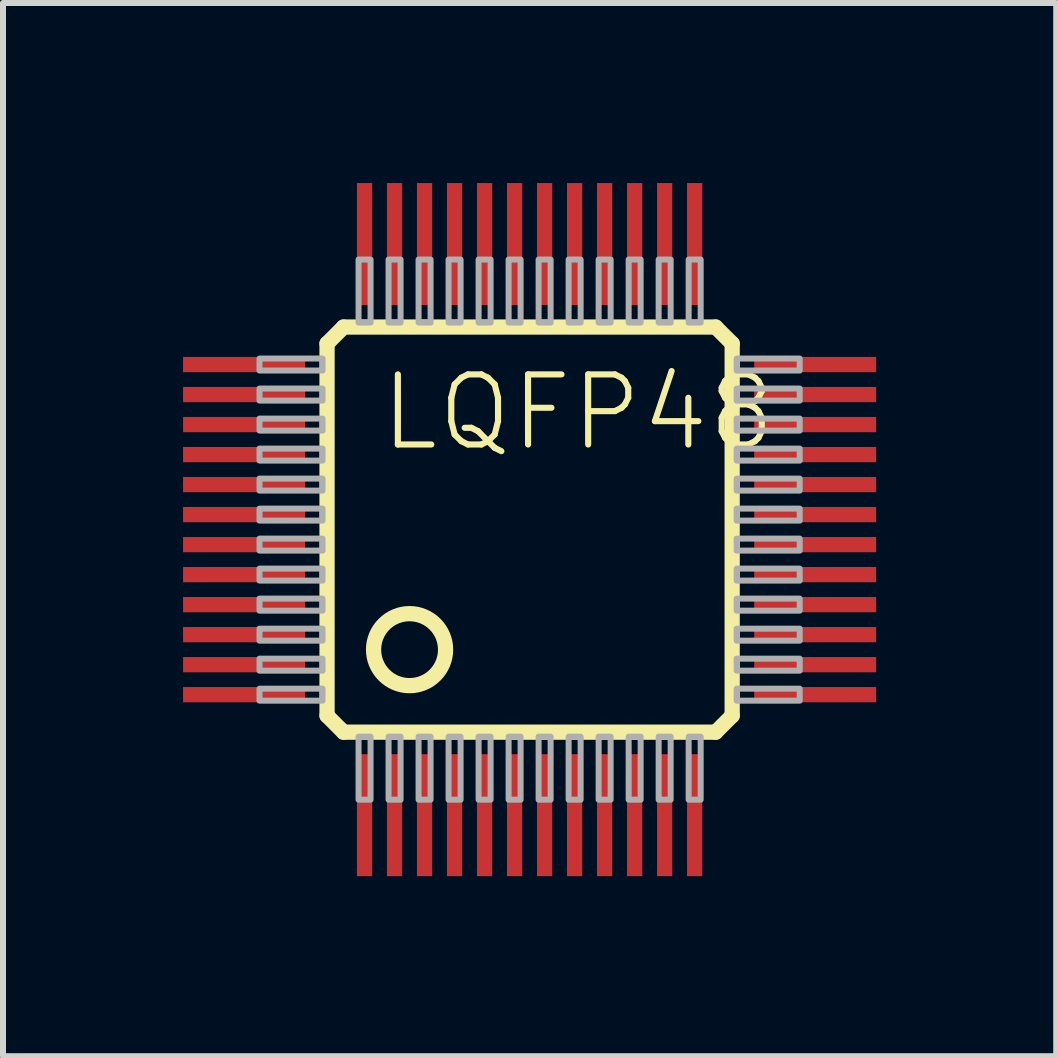
<source format=kicad_pcb>
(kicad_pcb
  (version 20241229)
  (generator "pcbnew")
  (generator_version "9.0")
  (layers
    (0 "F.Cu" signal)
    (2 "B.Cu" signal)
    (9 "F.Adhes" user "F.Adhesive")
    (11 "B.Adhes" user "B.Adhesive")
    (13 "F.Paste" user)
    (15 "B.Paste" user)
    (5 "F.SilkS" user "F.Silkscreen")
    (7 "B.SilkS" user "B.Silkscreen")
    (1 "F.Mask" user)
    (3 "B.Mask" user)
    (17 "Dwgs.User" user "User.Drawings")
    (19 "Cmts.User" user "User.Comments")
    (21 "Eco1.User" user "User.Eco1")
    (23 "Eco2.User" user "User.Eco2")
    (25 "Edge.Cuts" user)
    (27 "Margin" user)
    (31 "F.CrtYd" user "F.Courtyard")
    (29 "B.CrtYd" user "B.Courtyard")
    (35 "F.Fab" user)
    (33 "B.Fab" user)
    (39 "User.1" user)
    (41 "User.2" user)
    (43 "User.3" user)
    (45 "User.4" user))
  (footprint "LQFP48"
    (layer "F.Cu")
    (at 5.774 5.774)
    (property "Reference" "LQFP48" (at -2.54 -1.27 0) (layer "F.SilkS") (effects (font (size 1.168 1.168) (thickness 0.102)) (justify left bottom)))
    (fp_line (start -3.375 -3.1) (end -3.1 -3.375) (stroke (width 0.254) (type solid)) (layer "F.SilkS"))
    (fp_line (start -3.375 3.1) (end -3.375 -3.1) (stroke (width 0.254) (type solid)) (layer "F.SilkS"))
    (fp_line (start -3.1 -3.375) (end 3.1 -3.375) (stroke (width 0.254) (type solid)) (layer "F.SilkS"))
    (fp_line (start -3.1 3.375) (end -3.375 3.1) (stroke (width 0.254) (type solid)) (layer "F.SilkS"))
    (fp_line (start 3.1 -3.375) (end 3.375 -3.1) (stroke (width 0.254) (type solid)) (layer "F.SilkS"))
    (fp_line (start 3.1 3.375) (end -3.1 3.375) (stroke (width 0.254) (type solid)) (layer "F.SilkS"))
    (fp_line (start 3.375 -3.1) (end 3.375 3.1) (stroke (width 0.254) (type solid)) (layer "F.SilkS"))
    (fp_line (start 3.375 3.1) (end 3.1 3.375) (stroke (width 0.254) (type solid)) (layer "F.SilkS"))
    (fp_circle (center -2 2) (end -1.4 2) (stroke (width 0.254) (type solid)) (fill no) (layer "F.SilkS"))
    (fp_poly (pts (xy -4.5 -2.65) (xy -3.45 -2.65) (xy -3.45 -2.85) (xy -4.5 -2.85)) (stroke (width 0.1) (type solid)) (fill no) (layer "F.Fab"))
    (fp_poly (pts (xy -4.5 -2.15) (xy -3.45 -2.15) (xy -3.45 -2.35) (xy -4.5 -2.35)) (stroke (width 0.1) (type solid)) (fill no) (layer "F.Fab"))
    (fp_poly (pts (xy -4.5 -1.65) (xy -3.45 -1.65) (xy -3.45 -1.85) (xy -4.5 -1.85)) (stroke (width 0.1) (type solid)) (fill no) (layer "F.Fab"))
    (fp_poly (pts (xy -4.5 -1.15) (xy -3.45 -1.15) (xy -3.45 -1.35) (xy -4.5 -1.35)) (stroke (width 0.1) (type solid)) (fill no) (layer "F.Fab"))
    (fp_poly (pts (xy -4.5 -0.65) (xy -3.45 -0.65) (xy -3.45 -0.85) (xy -4.5 -0.85)) (stroke (width 0.1) (type solid)) (fill no) (layer "F.Fab"))
    (fp_poly (pts (xy -4.5 -0.15) (xy -3.45 -0.15) (xy -3.45 -0.35) (xy -4.5 -0.35)) (stroke (width 0.1) (type solid)) (fill no) (layer "F.Fab"))
    (fp_poly (pts (xy -4.5 0.35) (xy -3.45 0.35) (xy -3.45 0.15) (xy -4.5 0.15)) (stroke (width 0.1) (type solid)) (fill no) (layer "F.Fab"))
    (fp_poly (pts (xy -4.5 0.85) (xy -3.45 0.85) (xy -3.45 0.65) (xy -4.5 0.65)) (stroke (width 0.1) (type solid)) (fill no) (layer "F.Fab"))
    (fp_poly (pts (xy -4.5 1.35) (xy -3.45 1.35) (xy -3.45 1.15) (xy -4.5 1.15)) (stroke (width 0.1) (type solid)) (fill no) (layer "F.Fab"))
    (fp_poly (pts (xy -4.5 1.85) (xy -3.45 1.85) (xy -3.45 1.65) (xy -4.5 1.65)) (stroke (width 0.1) (type solid)) (fill no) (layer "F.Fab"))
    (fp_poly (pts (xy -4.5 2.35) (xy -3.45 2.35) (xy -3.45 2.15) (xy -4.5 2.15)) (stroke (width 0.1) (type solid)) (fill no) (layer "F.Fab"))
    (fp_poly (pts (xy -4.5 2.85) (xy -3.45 2.85) (xy -3.45 2.65) (xy -4.5 2.65)) (stroke (width 0.1) (type solid)) (fill no) (layer "F.Fab"))
    (fp_poly (pts (xy -2.85 -3.45) (xy -2.65 -3.45) (xy -2.65 -4.5) (xy -2.85 -4.5)) (stroke (width 0.1) (type solid)) (fill no) (layer "F.Fab"))
    (fp_poly (pts (xy -2.85 4.5) (xy -2.65 4.5) (xy -2.65 3.45) (xy -2.85 3.45)) (stroke (width 0.1) (type solid)) (fill no) (layer "F.Fab"))
    (fp_poly (pts (xy -2.35 -3.45) (xy -2.15 -3.45) (xy -2.15 -4.5) (xy -2.35 -4.5)) (stroke (width 0.1) (type solid)) (fill no) (layer "F.Fab"))
    (fp_poly (pts (xy -2.35 4.5) (xy -2.15 4.5) (xy -2.15 3.45) (xy -2.35 3.45)) (stroke (width 0.1) (type solid)) (fill no) (layer "F.Fab"))
    (fp_poly (pts (xy -1.85 -3.45) (xy -1.65 -3.45) (xy -1.65 -4.5) (xy -1.85 -4.5)) (stroke (width 0.1) (type solid)) (fill no) (layer "F.Fab"))
    (fp_poly (pts (xy -1.85 4.5) (xy -1.65 4.5) (xy -1.65 3.45) (xy -1.85 3.45)) (stroke (width 0.1) (type solid)) (fill no) (layer "F.Fab"))
    (fp_poly (pts (xy -1.35 -3.45) (xy -1.15 -3.45) (xy -1.15 -4.5) (xy -1.35 -4.5)) (stroke (width 0.1) (type solid)) (fill no) (layer "F.Fab"))
    (fp_poly (pts (xy -1.35 4.5) (xy -1.15 4.5) (xy -1.15 3.45) (xy -1.35 3.45)) (stroke (width 0.1) (type solid)) (fill no) (layer "F.Fab"))
    (fp_poly (pts (xy -0.85 -3.45) (xy -0.65 -3.45) (xy -0.65 -4.5) (xy -0.85 -4.5)) (stroke (width 0.1) (type solid)) (fill no) (layer "F.Fab"))
    (fp_poly (pts (xy -0.85 4.5) (xy -0.65 4.5) (xy -0.65 3.45) (xy -0.85 3.45)) (stroke (width 0.1) (type solid)) (fill no) (layer "F.Fab"))
    (fp_poly (pts (xy -0.35 -3.45) (xy -0.15 -3.45) (xy -0.15 -4.5) (xy -0.35 -4.5)) (stroke (width 0.1) (type solid)) (fill no) (layer "F.Fab"))
    (fp_poly (pts (xy -0.35 4.5) (xy -0.15 4.5) (xy -0.15 3.45) (xy -0.35 3.45)) (stroke (width 0.1) (type solid)) (fill no) (layer "F.Fab"))
    (fp_poly (pts (xy 0.15 -3.45) (xy 0.35 -3.45) (xy 0.35 -4.5) (xy 0.15 -4.5)) (stroke (width 0.1) (type solid)) (fill no) (layer "F.Fab"))
    (fp_poly (pts (xy 0.15 4.5) (xy 0.35 4.5) (xy 0.35 3.45) (xy 0.15 3.45)) (stroke (width 0.1) (type solid)) (fill no) (layer "F.Fab"))
    (fp_poly (pts (xy 0.65 -3.45) (xy 0.85 -3.45) (xy 0.85 -4.5) (xy 0.65 -4.5)) (stroke (width 0.1) (type solid)) (fill no) (layer "F.Fab"))
    (fp_poly (pts (xy 0.65 4.5) (xy 0.85 4.5) (xy 0.85 3.45) (xy 0.65 3.45)) (stroke (width 0.1) (type solid)) (fill no) (layer "F.Fab"))
    (fp_poly (pts (xy 1.15 -3.45) (xy 1.35 -3.45) (xy 1.35 -4.5) (xy 1.15 -4.5)) (stroke (width 0.1) (type solid)) (fill no) (layer "F.Fab"))
    (fp_poly (pts (xy 1.15 4.5) (xy 1.35 4.5) (xy 1.35 3.45) (xy 1.15 3.45)) (stroke (width 0.1) (type solid)) (fill no) (layer "F.Fab"))
    (fp_poly (pts (xy 1.65 -3.45) (xy 1.85 -3.45) (xy 1.85 -4.5) (xy 1.65 -4.5)) (stroke (width 0.1) (type solid)) (fill no) (layer "F.Fab"))
    (fp_poly (pts (xy 1.65 4.5) (xy 1.85 4.5) (xy 1.85 3.45) (xy 1.65 3.45)) (stroke (width 0.1) (type solid)) (fill no) (layer "F.Fab"))
    (fp_poly (pts (xy 2.15 -3.45) (xy 2.35 -3.45) (xy 2.35 -4.5) (xy 2.15 -4.5)) (stroke (width 0.1) (type solid)) (fill no) (layer "F.Fab"))
    (fp_poly (pts (xy 2.15 4.5) (xy 2.35 4.5) (xy 2.35 3.45) (xy 2.15 3.45)) (stroke (width 0.1) (type solid)) (fill no) (layer "F.Fab"))
    (fp_poly (pts (xy 2.65 -3.45) (xy 2.85 -3.45) (xy 2.85 -4.5) (xy 2.65 -4.5)) (stroke (width 0.1) (type solid)) (fill no) (layer "F.Fab"))
    (fp_poly (pts (xy 2.65 4.5) (xy 2.85 4.5) (xy 2.85 3.45) (xy 2.65 3.45)) (stroke (width 0.1) (type solid)) (fill no) (layer "F.Fab"))
    (fp_poly (pts (xy 3.45 -2.65) (xy 4.5 -2.65) (xy 4.5 -2.85) (xy 3.45 -2.85)) (stroke (width 0.1) (type solid)) (fill no) (layer "F.Fab"))
    (fp_poly (pts (xy 3.45 -2.15) (xy 4.5 -2.15) (xy 4.5 -2.35) (xy 3.45 -2.35)) (stroke (width 0.1) (type solid)) (fill no) (layer "F.Fab"))
    (fp_poly (pts (xy 3.45 -1.65) (xy 4.5 -1.65) (xy 4.5 -1.85) (xy 3.45 -1.85)) (stroke (width 0.1) (type solid)) (fill no) (layer "F.Fab"))
    (fp_poly (pts (xy 3.45 -1.15) (xy 4.5 -1.15) (xy 4.5 -1.35) (xy 3.45 -1.35)) (stroke (width 0.1) (type solid)) (fill no) (layer "F.Fab"))
    (fp_poly (pts (xy 3.45 -0.65) (xy 4.5 -0.65) (xy 4.5 -0.85) (xy 3.45 -0.85)) (stroke (width 0.1) (type solid)) (fill no) (layer "F.Fab"))
    (fp_poly (pts (xy 3.45 -0.15) (xy 4.5 -0.15) (xy 4.5 -0.35) (xy 3.45 -0.35)) (stroke (width 0.1) (type solid)) (fill no) (layer "F.Fab"))
    (fp_poly (pts (xy 3.45 0.35) (xy 4.5 0.35) (xy 4.5 0.15) (xy 3.45 0.15)) (stroke (width 0.1) (type solid)) (fill no) (layer "F.Fab"))
    (fp_poly (pts (xy 3.45 0.85) (xy 4.5 0.85) (xy 4.5 0.65) (xy 3.45 0.65)) (stroke (width 0.1) (type solid)) (fill no) (layer "F.Fab"))
    (fp_poly (pts (xy 3.45 1.35) (xy 4.5 1.35) (xy 4.5 1.15) (xy 3.45 1.15)) (stroke (width 0.1) (type solid)) (fill no) (layer "F.Fab"))
    (fp_poly (pts (xy 3.45 1.85) (xy 4.5 1.85) (xy 4.5 1.65) (xy 3.45 1.65)) (stroke (width 0.1) (type solid)) (fill no) (layer "F.Fab"))
    (fp_poly (pts (xy 3.45 2.35) (xy 4.5 2.35) (xy 4.5 2.15) (xy 3.45 2.15)) (stroke (width 0.1) (type solid)) (fill no) (layer "F.Fab"))
    (fp_poly (pts (xy 3.45 2.85) (xy 4.5 2.85) (xy 4.5 2.65) (xy 3.45 2.65)) (stroke (width 0.1) (type solid)) (fill no) (layer "F.Fab"))
    (pad "1" smd rect (at -2.75 4.758) (size 0.254 2.032) (layers "F.Cu" "F.Mask" "F.Paste"))
    (pad "2" smd rect (at -2.25 4.758) (size 0.254 2.032) (layers "F.Cu" "F.Mask" "F.Paste"))
    (pad "3" smd rect (at -1.75 4.758) (size 0.254 2.032) (layers "F.Cu" "F.Mask" "F.Paste"))
    (pad "4" smd rect (at -1.25 4.758) (size 0.254 2.032) (layers "F.Cu" "F.Mask" "F.Paste"))
    (pad "5" smd rect (at -0.75 4.758) (size 0.254 2.032) (layers "F.Cu" "F.Mask" "F.Paste"))
    (pad "6" smd rect (at -0.25 4.758) (size 0.254 2.032) (layers "F.Cu" "F.Mask" "F.Paste"))
    (pad "7" smd rect (at 0.25 4.758) (size 0.254 2.032) (layers "F.Cu" "F.Mask" "F.Paste"))
    (pad "8" smd rect (at 0.75 4.758) (size 0.254 2.032) (layers "F.Cu" "F.Mask" "F.Paste"))
    (pad "9" smd rect (at 1.25 4.758) (size 0.254 2.032) (layers "F.Cu" "F.Mask" "F.Paste"))
    (pad "10" smd rect (at 1.75 4.758) (size 0.254 2.032) (layers "F.Cu" "F.Mask" "F.Paste"))
    (pad "11" smd rect (at 2.25 4.758) (size 0.254 2.032) (layers "F.Cu" "F.Mask" "F.Paste"))
    (pad "12" smd rect (at 2.75 4.758) (size 0.254 2.032) (layers "F.Cu" "F.Mask" "F.Paste"))
    (pad "13" smd rect (at 4.758 2.75) (size 2.032 0.254) (layers "F.Cu" "F.Mask" "F.Paste"))
    (pad "14" smd rect (at 4.758 2.25) (size 2.032 0.254) (layers "F.Cu" "F.Mask" "F.Paste"))
    (pad "15" smd rect (at 4.758 1.75) (size 2.032 0.254) (layers "F.Cu" "F.Mask" "F.Paste"))
    (pad "16" smd rect (at 4.758 1.25) (size 2.032 0.254) (layers "F.Cu" "F.Mask" "F.Paste"))
    (pad "17" smd rect (at 4.758 0.75) (size 2.032 0.254) (layers "F.Cu" "F.Mask" "F.Paste"))
    (pad "18" smd rect (at 4.758 0.25) (size 2.032 0.254) (layers "F.Cu" "F.Mask" "F.Paste"))
    (pad "19" smd rect (at 4.758 -0.25) (size 2.032 0.254) (layers "F.Cu" "F.Mask" "F.Paste"))
    (pad "20" smd rect (at 4.758 -0.75) (size 2.032 0.254) (layers "F.Cu" "F.Mask" "F.Paste"))
    (pad "21" smd rect (at 4.758 -1.25) (size 2.032 0.254) (layers "F.Cu" "F.Mask" "F.Paste"))
    (pad "22" smd rect (at 4.758 -1.75) (size 2.032 0.254) (layers "F.Cu" "F.Mask" "F.Paste"))
    (pad "23" smd rect (at 4.758 -2.25) (size 2.032 0.254) (layers "F.Cu" "F.Mask" "F.Paste"))
    (pad "24" smd rect (at 4.758 -2.75) (size 2.032 0.254) (layers "F.Cu" "F.Mask" "F.Paste"))
    (pad "25" smd rect (at 2.75 -4.758) (size 0.254 2.032) (layers "F.Cu" "F.Mask" "F.Paste"))
    (pad "26" smd rect (at 2.25 -4.758) (size 0.254 2.032) (layers "F.Cu" "F.Mask" "F.Paste"))
    (pad "27" smd rect (at 1.75 -4.758) (size 0.254 2.032) (layers "F.Cu" "F.Mask" "F.Paste"))
    (pad "28" smd rect (at 1.25 -4.758) (size 0.254 2.032) (layers "F.Cu" "F.Mask" "F.Paste"))
    (pad "29" smd rect (at 0.75 -4.758) (size 0.254 2.032) (layers "F.Cu" "F.Mask" "F.Paste"))
    (pad "30" smd rect (at 0.25 -4.758) (size 0.254 2.032) (layers "F.Cu" "F.Mask" "F.Paste"))
    (pad "31" smd rect (at -0.25 -4.758) (size 0.254 2.032) (layers "F.Cu" "F.Mask" "F.Paste"))
    (pad "32" smd rect (at -0.75 -4.758) (size 0.254 2.032) (layers "F.Cu" "F.Mask" "F.Paste"))
    (pad "33" smd rect (at -1.25 -4.758) (size 0.254 2.032) (layers "F.Cu" "F.Mask" "F.Paste"))
    (pad "34" smd rect (at -1.75 -4.758) (size 0.254 2.032) (layers "F.Cu" "F.Mask" "F.Paste"))
    (pad "35" smd rect (at -2.25 -4.758) (size 0.254 2.032) (layers "F.Cu" "F.Mask" "F.Paste"))
    (pad "36" smd rect (at -2.75 -4.758) (size 0.254 2.032) (layers "F.Cu" "F.Mask" "F.Paste"))
    (pad "37" smd rect (at -4.758 -2.75) (size 2.032 0.254) (layers "F.Cu" "F.Mask" "F.Paste"))
    (pad "38" smd rect (at -4.758 -2.25) (size 2.032 0.254) (layers "F.Cu" "F.Mask" "F.Paste"))
    (pad "39" smd rect (at -4.758 -1.75) (size 2.032 0.254) (layers "F.Cu" "F.Mask" "F.Paste"))
    (pad "40" smd rect (at -4.758 -1.25) (size 2.032 0.254) (layers "F.Cu" "F.Mask" "F.Paste"))
    (pad "41" smd rect (at -4.758 -0.75) (size 2.032 0.254) (layers "F.Cu" "F.Mask" "F.Paste"))
    (pad "42" smd rect (at -4.758 -0.25) (size 2.032 0.254) (layers "F.Cu" "F.Mask" "F.Paste"))
    (pad "43" smd rect (at -4.758 0.25) (size 2.032 0.254) (layers "F.Cu" "F.Mask" "F.Paste"))
    (pad "44" smd rect (at -4.758 0.75) (size 2.032 0.254) (layers "F.Cu" "F.Mask" "F.Paste"))
    (pad "45" smd rect (at -4.758 1.25) (size 2.032 0.254) (layers "F.Cu" "F.Mask" "F.Paste"))
    (pad "46" smd rect (at -4.758 1.75) (size 2.032 0.254) (layers "F.Cu" "F.Mask" "F.Paste"))
    (pad "47" smd rect (at -4.758 2.25) (size 2.032 0.254) (layers "F.Cu" "F.Mask" "F.Paste"))
    (pad "48" smd rect (at -4.758 2.75) (size 2.032 0.254) (layers "F.Cu" "F.Mask" "F.Paste")))
  (gr_rect
    (start -3 -3)
    (end 14.548 14.548)
    (stroke (width 0.1) (type default))
    (fill no)
    (layer "Edge.Cuts")))
</source>
